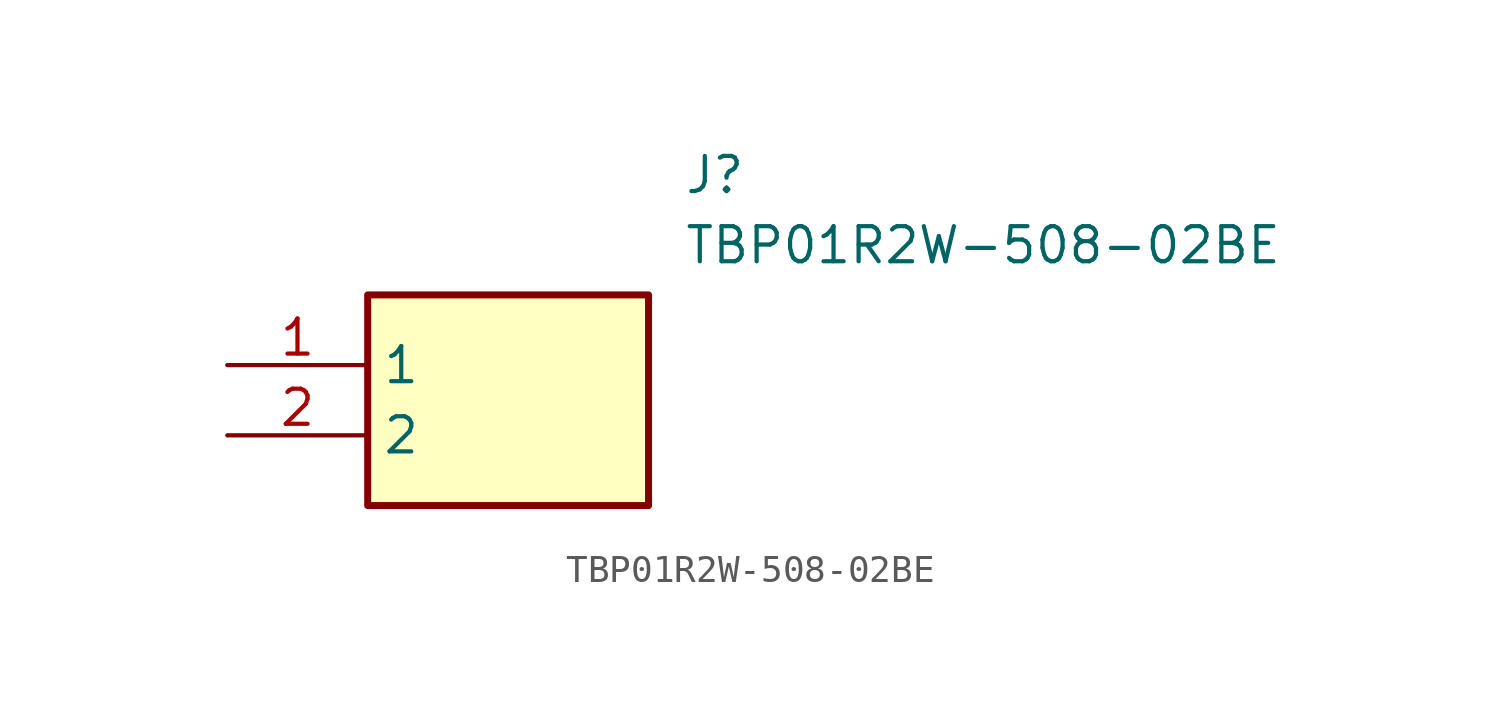
<source format=kicad_sym>
(kicad_symbol_lib
  (version 20211014)
  (generator SamacSys_ECAD_Model)
  (symbol "TBP01R2W-508-02BE"
    (property "Reference" "J"
      (at 16.51 7.62 0)
      (effects (font (size 1.27 1.27)) (justify left top)))
    (property "Value" "TBP01R2W-508-02BE"
      (at 16.51 5.08 0)
      (effects (font (size 1.27 1.27)) (justify left top)))
    (rectangle
      (start 5.08 2.54)
      (end 15.24 -5.08)
      (stroke (width 0.254) (type default))
      (fill (type background)))
    (pin passive line
      (at 0 0 0)
      (length 5.08)
      (name "1" (effects (font (size 1.27 1.27))))
      (number "1" (effects (font (size 1.27 1.27)))))
    (pin passive line
      (at 0 -2.54 0)
      (length 5.08)
      (name "2" (effects (font (size 1.27 1.27))))
      (number "2" (effects (font (size 1.27 1.27)))))))
</source>
